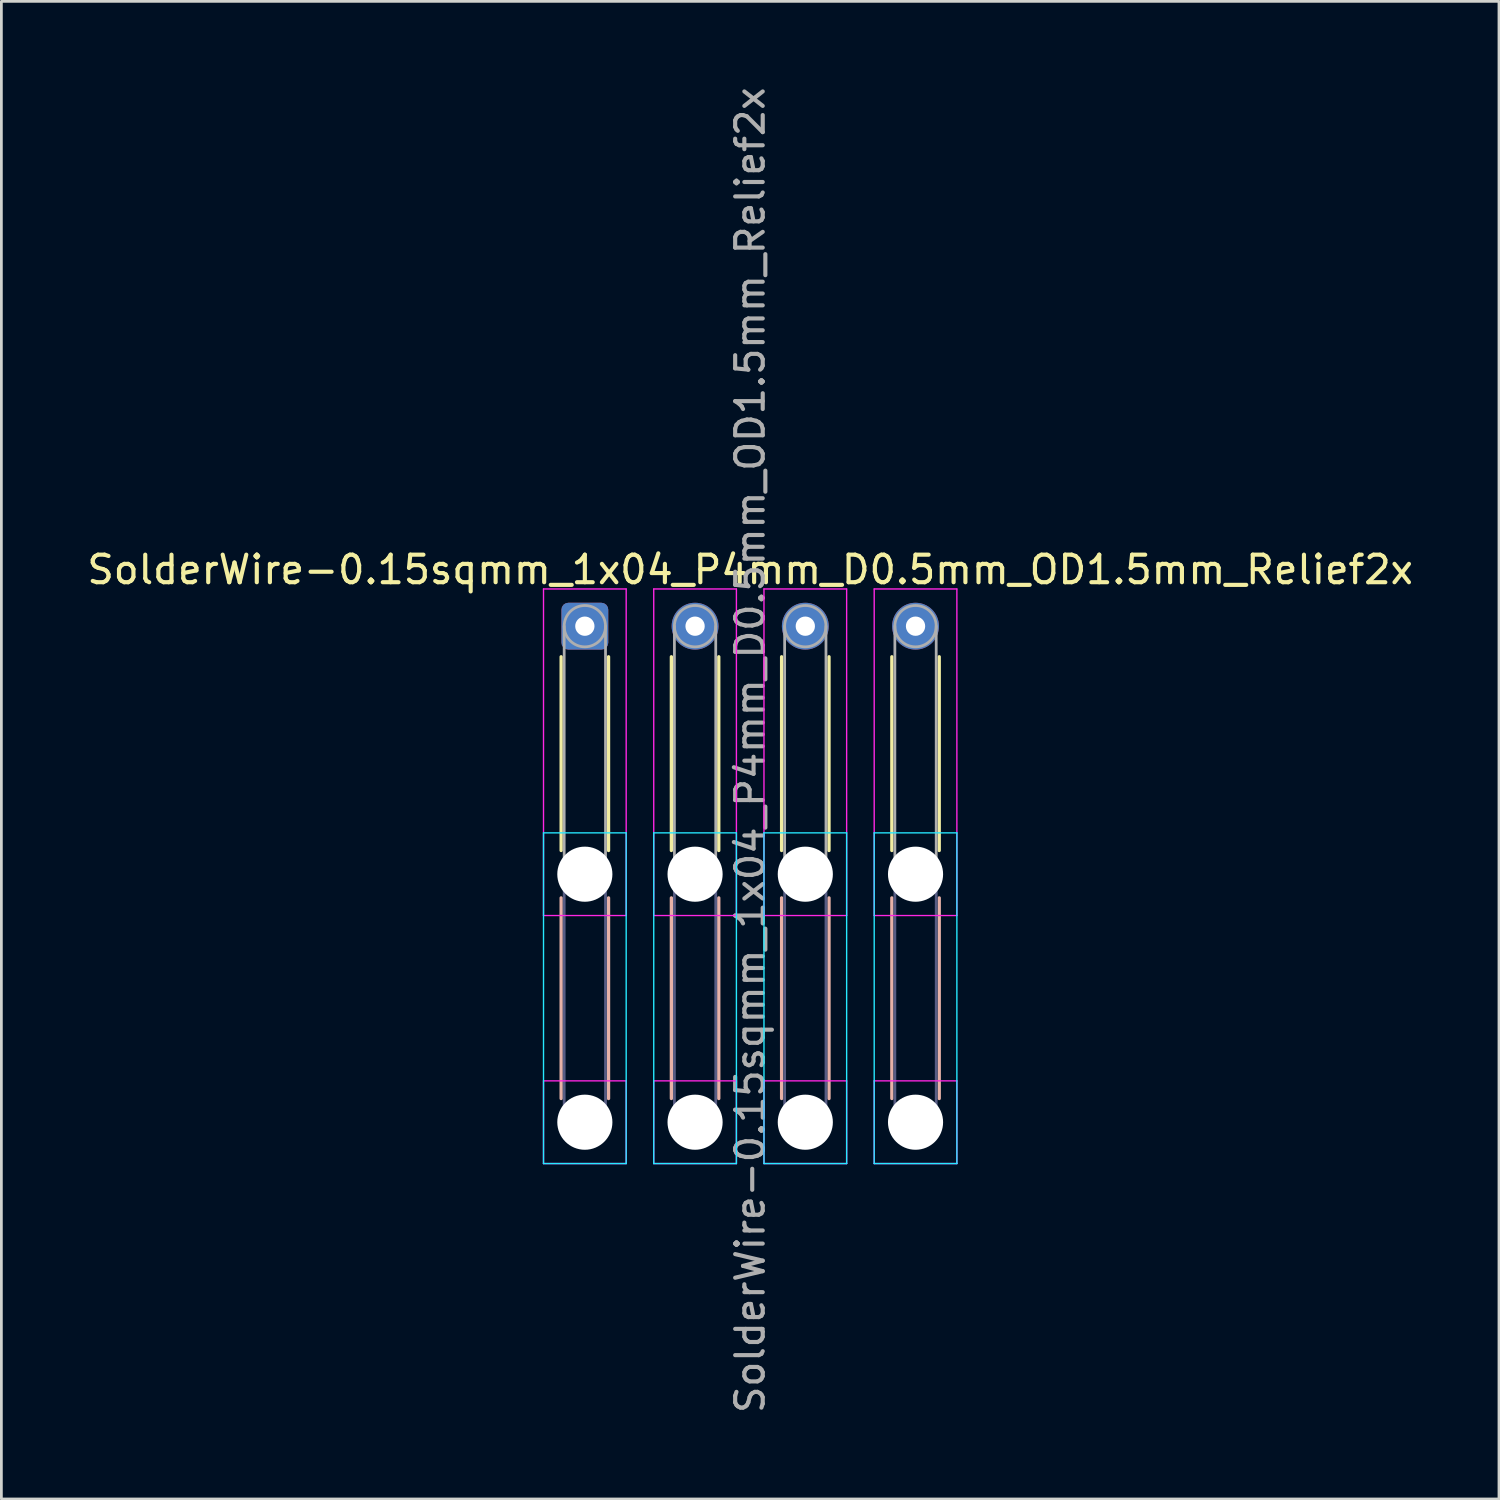
<source format=kicad_pcb>
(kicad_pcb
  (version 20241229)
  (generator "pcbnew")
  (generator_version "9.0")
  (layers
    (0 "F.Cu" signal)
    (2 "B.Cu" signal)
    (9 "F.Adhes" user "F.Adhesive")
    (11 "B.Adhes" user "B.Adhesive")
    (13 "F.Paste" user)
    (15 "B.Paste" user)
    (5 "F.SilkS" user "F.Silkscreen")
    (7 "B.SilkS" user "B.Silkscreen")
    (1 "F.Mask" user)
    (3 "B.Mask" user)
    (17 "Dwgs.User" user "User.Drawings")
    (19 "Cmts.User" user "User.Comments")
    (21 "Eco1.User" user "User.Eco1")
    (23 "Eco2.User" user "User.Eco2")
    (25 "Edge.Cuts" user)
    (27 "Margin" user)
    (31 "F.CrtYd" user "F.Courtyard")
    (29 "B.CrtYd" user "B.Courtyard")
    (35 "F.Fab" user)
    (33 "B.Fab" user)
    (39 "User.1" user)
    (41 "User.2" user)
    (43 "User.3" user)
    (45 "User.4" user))
  (footprint "SolderWire-0.15sqmm_1x04_P4mm_D0.5mm_OD1.5mm_Relief2x"
    (layer "F.Cu")
    (at 18.173 19.673)
    (property "Reference" "SolderWire-0.15sqmm_1x04_P4mm_D0.5mm_OD1.5mm_Relief2x" (at 6 -2.05 0) (layer "F.SilkS") (effects (font (size 1 1) (thickness 0.15))))
    (attr exclude_from_pos_files exclude_from_bom)
    (fp_line (start -0.86 1.11) (end -0.86 8.14) (stroke (width 0.12) (type solid)) (layer "F.SilkS"))
    (fp_line (start 0.86 1.11) (end 0.86 8.14) (stroke (width 0.12) (type solid)) (layer "F.SilkS"))
    (fp_line (start 3.14 1.11) (end 3.14 8.14) (stroke (width 0.12) (type solid)) (layer "F.SilkS"))
    (fp_line (start 4.86 1.11) (end 4.86 8.14) (stroke (width 0.12) (type solid)) (layer "F.SilkS"))
    (fp_line (start 7.14 1.11) (end 7.14 8.14) (stroke (width 0.12) (type solid)) (layer "F.SilkS"))
    (fp_line (start 8.86 1.11) (end 8.86 8.14) (stroke (width 0.12) (type solid)) (layer "F.SilkS"))
    (fp_line (start 11.14 1.11) (end 11.14 8.14) (stroke (width 0.12) (type solid)) (layer "F.SilkS"))
    (fp_line (start 12.86 1.11) (end 12.86 8.14) (stroke (width 0.12) (type solid)) (layer "F.SilkS"))
    (fp_line (start -0.86 9.86) (end -0.86 17.14) (stroke (width 0.12) (type solid)) (layer "B.SilkS"))
    (fp_line (start 0.86 9.86) (end 0.86 17.14) (stroke (width 0.12) (type solid)) (layer "B.SilkS"))
    (fp_line (start 3.14 9.86) (end 3.14 17.14) (stroke (width 0.12) (type solid)) (layer "B.SilkS"))
    (fp_line (start 4.86 9.86) (end 4.86 17.14) (stroke (width 0.12) (type solid)) (layer "B.SilkS"))
    (fp_line (start 7.14 9.86) (end 7.14 17.14) (stroke (width 0.12) (type solid)) (layer "B.SilkS"))
    (fp_line (start 8.86 9.86) (end 8.86 17.14) (stroke (width 0.12) (type solid)) (layer "B.SilkS"))
    (fp_line (start 11.14 9.86) (end 11.14 17.14) (stroke (width 0.12) (type solid)) (layer "B.SilkS"))
    (fp_line (start 12.86 9.86) (end 12.86 17.14) (stroke (width 0.12) (type solid)) (layer "B.SilkS"))
    (fp_line (start -1.5 7.5) (end -1.5 19.5) (stroke (width 0.05) (type solid)) (layer "B.CrtYd"))
    (fp_line (start -1.5 19.5) (end 1.5 19.5) (stroke (width 0.05) (type solid)) (layer "B.CrtYd"))
    (fp_line (start 1.5 7.5) (end -1.5 7.5) (stroke (width 0.05) (type solid)) (layer "B.CrtYd"))
    (fp_line (start 1.5 19.5) (end 1.5 7.5) (stroke (width 0.05) (type solid)) (layer "B.CrtYd"))
    (fp_line (start 2.5 7.5) (end 2.5 19.5) (stroke (width 0.05) (type solid)) (layer "B.CrtYd"))
    (fp_line (start 2.5 19.5) (end 5.5 19.5) (stroke (width 0.05) (type solid)) (layer "B.CrtYd"))
    (fp_line (start 5.5 7.5) (end 2.5 7.5) (stroke (width 0.05) (type solid)) (layer "B.CrtYd"))
    (fp_line (start 5.5 19.5) (end 5.5 7.5) (stroke (width 0.05) (type solid)) (layer "B.CrtYd"))
    (fp_line (start 6.5 7.5) (end 6.5 19.5) (stroke (width 0.05) (type solid)) (layer "B.CrtYd"))
    (fp_line (start 6.5 19.5) (end 9.5 19.5) (stroke (width 0.05) (type solid)) (layer "B.CrtYd"))
    (fp_line (start 9.5 7.5) (end 6.5 7.5) (stroke (width 0.05) (type solid)) (layer "B.CrtYd"))
    (fp_line (start 9.5 19.5) (end 9.5 7.5) (stroke (width 0.05) (type solid)) (layer "B.CrtYd"))
    (fp_line (start 10.5 7.5) (end 10.5 19.5) (stroke (width 0.05) (type solid)) (layer "B.CrtYd"))
    (fp_line (start 10.5 19.5) (end 13.5 19.5) (stroke (width 0.05) (type solid)) (layer "B.CrtYd"))
    (fp_line (start 13.5 7.5) (end 10.5 7.5) (stroke (width 0.05) (type solid)) (layer "B.CrtYd"))
    (fp_line (start 13.5 19.5) (end 13.5 7.5) (stroke (width 0.05) (type solid)) (layer "B.CrtYd"))
    (fp_line (start -1.5 -1.35) (end -1.5 10.5) (stroke (width 0.05) (type solid)) (layer "F.CrtYd"))
    (fp_line (start -1.5 10.5) (end 1.5 10.5) (stroke (width 0.05) (type solid)) (layer "F.CrtYd"))
    (fp_line (start -1.5 16.5) (end -1.5 19.5) (stroke (width 0.05) (type solid)) (layer "F.CrtYd"))
    (fp_line (start -1.5 19.5) (end 1.5 19.5) (stroke (width 0.05) (type solid)) (layer "F.CrtYd"))
    (fp_line (start 1.5 -1.35) (end -1.5 -1.35) (stroke (width 0.05) (type solid)) (layer "F.CrtYd"))
    (fp_line (start 1.5 10.5) (end 1.5 -1.35) (stroke (width 0.05) (type solid)) (layer "F.CrtYd"))
    (fp_line (start 1.5 16.5) (end -1.5 16.5) (stroke (width 0.05) (type solid)) (layer "F.CrtYd"))
    (fp_line (start 1.5 19.5) (end 1.5 16.5) (stroke (width 0.05) (type solid)) (layer "F.CrtYd"))
    (fp_line (start 2.5 -1.35) (end 2.5 10.5) (stroke (width 0.05) (type solid)) (layer "F.CrtYd"))
    (fp_line (start 2.5 10.5) (end 5.5 10.5) (stroke (width 0.05) (type solid)) (layer "F.CrtYd"))
    (fp_line (start 2.5 16.5) (end 2.5 19.5) (stroke (width 0.05) (type solid)) (layer "F.CrtYd"))
    (fp_line (start 2.5 19.5) (end 5.5 19.5) (stroke (width 0.05) (type solid)) (layer "F.CrtYd"))
    (fp_line (start 5.5 -1.35) (end 2.5 -1.35) (stroke (width 0.05) (type solid)) (layer "F.CrtYd"))
    (fp_line (start 5.5 10.5) (end 5.5 -1.35) (stroke (width 0.05) (type solid)) (layer "F.CrtYd"))
    (fp_line (start 5.5 16.5) (end 2.5 16.5) (stroke (width 0.05) (type solid)) (layer "F.CrtYd"))
    (fp_line (start 5.5 19.5) (end 5.5 16.5) (stroke (width 0.05) (type solid)) (layer "F.CrtYd"))
    (fp_line (start 6.5 -1.35) (end 6.5 10.5) (stroke (width 0.05) (type solid)) (layer "F.CrtYd"))
    (fp_line (start 6.5 10.5) (end 9.5 10.5) (stroke (width 0.05) (type solid)) (layer "F.CrtYd"))
    (fp_line (start 6.5 16.5) (end 6.5 19.5) (stroke (width 0.05) (type solid)) (layer "F.CrtYd"))
    (fp_line (start 6.5 19.5) (end 9.5 19.5) (stroke (width 0.05) (type solid)) (layer "F.CrtYd"))
    (fp_line (start 9.5 -1.35) (end 6.5 -1.35) (stroke (width 0.05) (type solid)) (layer "F.CrtYd"))
    (fp_line (start 9.5 10.5) (end 9.5 -1.35) (stroke (width 0.05) (type solid)) (layer "F.CrtYd"))
    (fp_line (start 9.5 16.5) (end 6.5 16.5) (stroke (width 0.05) (type solid)) (layer "F.CrtYd"))
    (fp_line (start 9.5 19.5) (end 9.5 16.5) (stroke (width 0.05) (type solid)) (layer "F.CrtYd"))
    (fp_line (start 10.5 -1.35) (end 10.5 10.5) (stroke (width 0.05) (type solid)) (layer "F.CrtYd"))
    (fp_line (start 10.5 10.5) (end 13.5 10.5) (stroke (width 0.05) (type solid)) (layer "F.CrtYd"))
    (fp_line (start 10.5 16.5) (end 10.5 19.5) (stroke (width 0.05) (type solid)) (layer "F.CrtYd"))
    (fp_line (start 10.5 19.5) (end 13.5 19.5) (stroke (width 0.05) (type solid)) (layer "F.CrtYd"))
    (fp_line (start 13.5 -1.35) (end 10.5 -1.35) (stroke (width 0.05) (type solid)) (layer "F.CrtYd"))
    (fp_line (start 13.5 10.5) (end 13.5 -1.35) (stroke (width 0.05) (type solid)) (layer "F.CrtYd"))
    (fp_line (start 13.5 16.5) (end 10.5 16.5) (stroke (width 0.05) (type solid)) (layer "F.CrtYd"))
    (fp_line (start 13.5 19.5) (end 13.5 16.5) (stroke (width 0.05) (type solid)) (layer "F.CrtYd"))
    (fp_line (start -0.75 9) (end -0.75 18) (stroke (width 0.1) (type solid)) (layer "B.Fab"))
    (fp_line (start 0.75 9) (end 0.75 18) (stroke (width 0.1) (type solid)) (layer "B.Fab"))
    (fp_line (start 3.25 9) (end 3.25 18) (stroke (width 0.1) (type solid)) (layer "B.Fab"))
    (fp_line (start 4.75 9) (end 4.75 18) (stroke (width 0.1) (type solid)) (layer "B.Fab"))
    (fp_line (start 7.25 9) (end 7.25 18) (stroke (width 0.1) (type solid)) (layer "B.Fab"))
    (fp_line (start 8.75 9) (end 8.75 18) (stroke (width 0.1) (type solid)) (layer "B.Fab"))
    (fp_line (start 11.25 9) (end 11.25 18) (stroke (width 0.1) (type solid)) (layer "B.Fab"))
    (fp_line (start 12.75 9) (end 12.75 18) (stroke (width 0.1) (type solid)) (layer "B.Fab"))
    (fp_circle (center 0 9) (end 0.75 9) (stroke (width 0.1) (type solid)) (fill no) (layer "B.Fab"))
    (fp_circle (center 0 18) (end 0.75 18) (stroke (width 0.1) (type solid)) (fill no) (layer "B.Fab"))
    (fp_circle (center 4 9) (end 4.75 9) (stroke (width 0.1) (type solid)) (fill no) (layer "B.Fab"))
    (fp_circle (center 4 18) (end 4.75 18) (stroke (width 0.1) (type solid)) (fill no) (layer "B.Fab"))
    (fp_circle (center 8 9) (end 8.75 9) (stroke (width 0.1) (type solid)) (fill no) (layer "B.Fab"))
    (fp_circle (center 8 18) (end 8.75 18) (stroke (width 0.1) (type solid)) (fill no) (layer "B.Fab"))
    (fp_circle (center 12 9) (end 12.75 9) (stroke (width 0.1) (type solid)) (fill no) (layer "B.Fab"))
    (fp_circle (center 12 18) (end 12.75 18) (stroke (width 0.1) (type solid)) (fill no) (layer "B.Fab"))
    (fp_line (start -0.75 0) (end -0.75 9) (stroke (width 0.1) (type solid)) (layer "F.Fab"))
    (fp_line (start 0.75 0) (end 0.75 9) (stroke (width 0.1) (type solid)) (layer "F.Fab"))
    (fp_line (start 3.25 0) (end 3.25 9) (stroke (width 0.1) (type solid)) (layer "F.Fab"))
    (fp_line (start 4.75 0) (end 4.75 9) (stroke (width 0.1) (type solid)) (layer "F.Fab"))
    (fp_line (start 7.25 0) (end 7.25 9) (stroke (width 0.1) (type solid)) (layer "F.Fab"))
    (fp_line (start 8.75 0) (end 8.75 9) (stroke (width 0.1) (type solid)) (layer "F.Fab"))
    (fp_line (start 11.25 0) (end 11.25 9) (stroke (width 0.1) (type solid)) (layer "F.Fab"))
    (fp_line (start 12.75 0) (end 12.75 9) (stroke (width 0.1) (type solid)) (layer "F.Fab"))
    (fp_circle (center 0 0) (end 0.75 0) (stroke (width 0.1) (type solid)) (fill no) (layer "F.Fab"))
    (fp_circle (center 0 9) (end 0.75 9) (stroke (width 0.1) (type solid)) (fill no) (layer "F.Fab"))
    (fp_circle (center 0 18) (end 0.75 18) (stroke (width 0.1) (type solid)) (fill no) (layer "F.Fab"))
    (fp_circle (center 4 0) (end 4.75 0) (stroke (width 0.1) (type solid)) (fill no) (layer "F.Fab"))
    (fp_circle (center 4 9) (end 4.75 9) (stroke (width 0.1) (type solid)) (fill no) (layer "F.Fab"))
    (fp_circle (center 4 18) (end 4.75 18) (stroke (width 0.1) (type solid)) (fill no) (layer "F.Fab"))
    (fp_circle (center 8 0) (end 8.75 0) (stroke (width 0.1) (type solid)) (fill no) (layer "F.Fab"))
    (fp_circle (center 8 9) (end 8.75 9) (stroke (width 0.1) (type solid)) (fill no) (layer "F.Fab"))
    (fp_circle (center 8 18) (end 8.75 18) (stroke (width 0.1) (type solid)) (fill no) (layer "F.Fab"))
    (fp_circle (center 12 0) (end 12.75 0) (stroke (width 0.1) (type solid)) (fill no) (layer "F.Fab"))
    (fp_circle (center 12 9) (end 12.75 9) (stroke (width 0.1) (type solid)) (fill no) (layer "F.Fab"))
    (fp_circle (center 12 18) (end 12.75 18) (stroke (width 0.1) (type solid)) (fill no) (layer "F.Fab"))
    (fp_text user "${REFERENCE}" (at 6 4.5 90) (layer "F.Fab") (effects (font (size 1 1) (thickness 0.15))))
    (pad "" np_thru_hole circle (at 0 9) (size 2 2) (drill 2) (layers "*.Cu" "*.Mask"))
    (pad "" np_thru_hole circle (at 0 18) (size 2 2) (drill 2) (layers "*.Cu" "*.Mask"))
    (pad "" np_thru_hole circle (at 4 9) (size 2 2) (drill 2) (layers "*.Cu" "*.Mask"))
    (pad "" np_thru_hole circle (at 4 18) (size 2 2) (drill 2) (layers "*.Cu" "*.Mask"))
    (pad "" np_thru_hole circle (at 8 9) (size 2 2) (drill 2) (layers "*.Cu" "*.Mask"))
    (pad "" np_thru_hole circle (at 8 18) (size 2 2) (drill 2) (layers "*.Cu" "*.Mask"))
    (pad "" np_thru_hole circle (at 12 9) (size 2 2) (drill 2) (layers "*.Cu" "*.Mask"))
    (pad "" np_thru_hole circle (at 12 18) (size 2 2) (drill 2) (layers "*.Cu" "*.Mask"))
    (pad "1" thru_hole roundrect (at 0 0) (size 1.7 1.7) (drill 0.7) (layers "*.Cu" "*.Mask") (roundrect_rratio 0.147))
    (pad "2" thru_hole circle (at 4 0) (size 1.7 1.7) (drill 0.7) (layers "*.Cu" "*.Mask"))
    (pad "3" thru_hole circle (at 8 0) (size 1.7 1.7) (drill 0.7) (layers "*.Cu" "*.Mask"))
    (pad "4" thru_hole circle (at 12 0) (size 1.7 1.7) (drill 0.7) (layers "*.Cu" "*.Mask")))
  (gr_rect
    (start -3 -3)
    (end 51.345 51.345)
    (stroke (width 0.1) (type default))
    (fill no)
    (layer "Edge.Cuts")))
</source>
